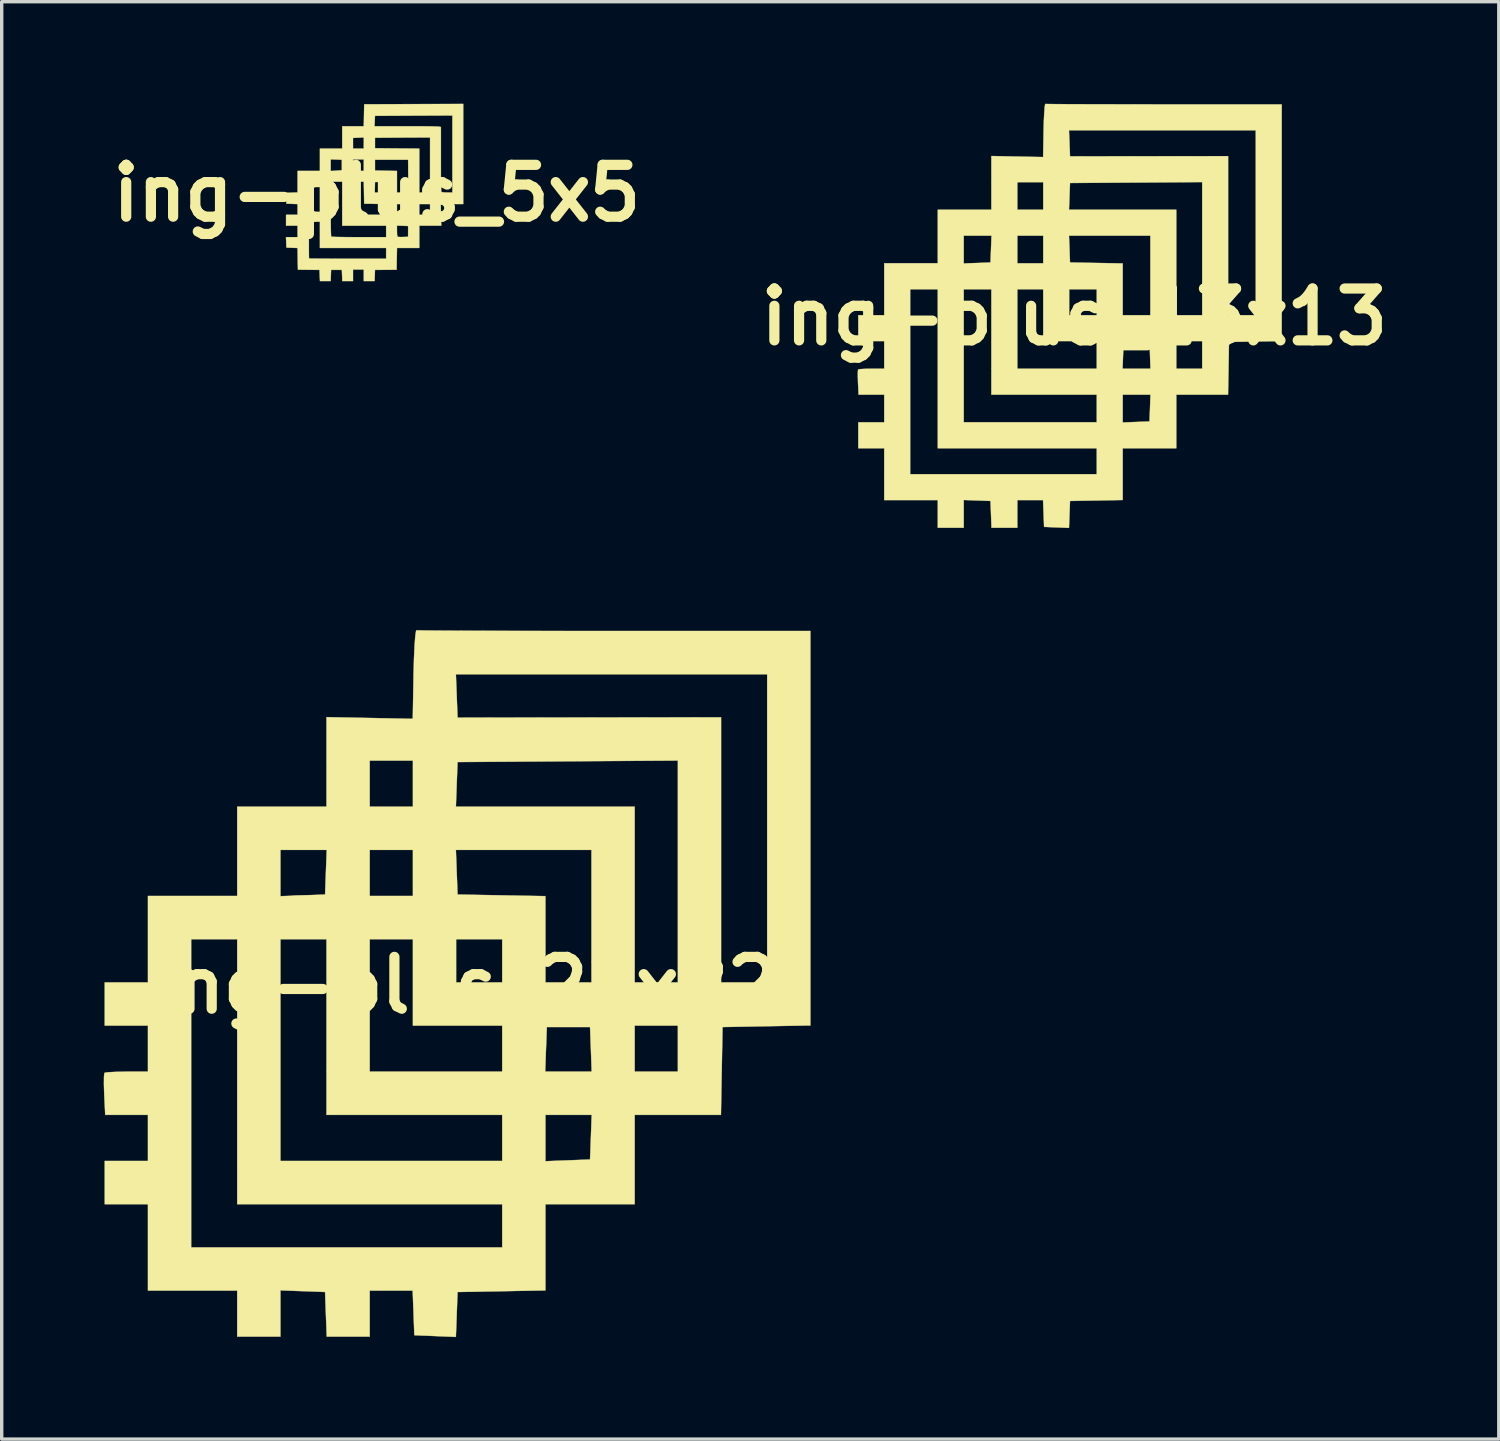
<source format=kicad_pcb>
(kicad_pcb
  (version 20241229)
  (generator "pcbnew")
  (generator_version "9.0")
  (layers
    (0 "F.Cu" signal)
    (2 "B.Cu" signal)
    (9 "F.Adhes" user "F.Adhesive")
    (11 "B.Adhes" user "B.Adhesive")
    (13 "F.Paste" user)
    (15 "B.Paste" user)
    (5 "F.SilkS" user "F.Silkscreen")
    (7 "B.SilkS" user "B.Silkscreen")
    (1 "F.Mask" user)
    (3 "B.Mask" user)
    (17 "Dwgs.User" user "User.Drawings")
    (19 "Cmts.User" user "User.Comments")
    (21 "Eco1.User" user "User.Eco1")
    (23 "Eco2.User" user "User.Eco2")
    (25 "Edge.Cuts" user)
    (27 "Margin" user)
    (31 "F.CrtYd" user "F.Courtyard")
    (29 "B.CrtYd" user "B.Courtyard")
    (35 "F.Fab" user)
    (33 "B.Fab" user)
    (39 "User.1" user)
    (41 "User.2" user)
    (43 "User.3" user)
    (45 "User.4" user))
  (footprint "ing-plus_22x22"
    (layer "F.Cu")
    (at 10.612 25.913)
    (property "Reference" "ing-plus_22x22" (at 0 0 0) (layer "F.SilkS") (effects (font (size 1.524 1.524) (thickness 0.3))))
    (attr through_hole)
    (fp_poly (pts (xy -1.325 -10.432) (xy -1.076 -10.428) (xy -0.686 -10.425) (xy -0.168 -10.422) (xy 0.463 -10.42) (xy 1.193 -10.418) (xy 2.01 -10.416) (xy 2.898 -10.415) (xy 3.844 -10.414) (xy 4.403 -10.414) (xy 10.16 -10.414) (xy 10.16 1.181) (xy 8.869 1.204) (xy 7.578 1.228) (xy 7.554 2.519) (xy 7.531 3.81) (xy 4.995 3.81) (xy 4.995 6.435) (xy 2.371 6.435) (xy 2.371 8.97) (xy -0.212 9.017) (xy -0.236 9.677) (xy -0.261 10.337) (xy -0.871 10.312) (xy -1.482 10.287) (xy -1.506 9.631) (xy -1.531 8.975) (xy -2.794 8.975) (xy -2.794 10.329) (xy -4.057 10.329) (xy -4.082 9.673) (xy -4.106 9.017) (xy -5.419 8.968) (xy -5.419 10.329) (xy -6.689 10.329) (xy -6.689 8.975) (xy -9.313 8.975) (xy -9.313 6.435) (xy -10.583 6.435) (xy -10.583 5.165) (xy -9.313 5.165) (xy -9.313 3.81) (xy -10.569 3.81) (xy -10.598 3.21) (xy -10.607 2.91) (xy -10.605 2.683) (xy -10.592 2.577) (xy -10.59 2.575) (xy -10.495 2.558) (xy -10.275 2.546) (xy -9.975 2.54) (xy -9.934 2.54) (xy -9.313 2.54) (xy -9.313 1.185) (xy -10.583 1.185) (xy -10.583 -0.085) (xy -9.313 -0.085) (xy -9.313 -1.355) (xy -8.043 -1.355) (xy -8.043 7.705) (xy 1.101 7.705) (xy 1.101 6.435) (xy -6.689 6.435) (xy -6.689 -1.355) (xy -5.419 -1.355) (xy -5.419 5.165) (xy 1.101 5.165) (xy 1.101 3.81) (xy 2.371 3.81) (xy 2.371 5.172) (xy 3.027 5.147) (xy 3.683 5.122) (xy 3.708 4.466) (xy 3.732 3.81) (xy 2.371 3.81) (xy 1.101 3.81) (xy -4.064 3.81) (xy -4.064 -1.355) (xy -2.794 -1.355) (xy -2.794 2.54) (xy 1.101 2.54) (xy 2.364 2.54) (xy 3.732 2.54) (xy 3.708 1.884) (xy 3.683 1.228) (xy 2.413 1.228) (xy 2.388 1.884) (xy 2.364 2.54) (xy 1.101 2.54) (xy 1.101 1.185) (xy 4.995 1.185) (xy 4.995 2.54) (xy 6.265 2.54) (xy 6.265 1.185) (xy 4.995 1.185) (xy 1.101 1.185) (xy -1.524 1.185) (xy -1.524 -1.355) (xy -0.254 -1.355) (xy -0.254 -0.085) (xy 1.101 -0.085) (xy 1.101 -1.355) (xy -0.254 -1.355) (xy -1.524 -1.355) (xy -2.794 -1.355) (xy -4.064 -1.355) (xy -5.419 -1.355) (xy -6.689 -1.355) (xy -8.043 -1.355) (xy -9.313 -1.355) (xy -9.313 -2.625) (xy -6.689 -2.625) (xy -6.689 -3.979) (xy -5.419 -3.979) (xy -5.419 -2.618) (xy -4.106 -2.667) (xy -4.082 -3.323) (xy -4.057 -3.979) (xy -2.794 -3.979) (xy -2.794 -2.625) (xy -1.524 -2.625) (xy -1.524 -3.979) (xy -0.261 -3.979) (xy -0.236 -3.323) (xy -0.212 -2.667) (xy 2.371 -2.62) (xy 2.371 -0.085) (xy 3.725 -0.085) (xy 3.725 -3.979) (xy -0.261 -3.979) (xy -1.524 -3.979) (xy -2.794 -3.979) (xy -4.057 -3.979) (xy -5.419 -3.979) (xy -6.689 -3.979) (xy -6.689 -5.249) (xy -4.064 -5.249) (xy -4.064 -6.604) (xy -2.794 -6.604) (xy -2.794 -5.249) (xy -1.524 -5.249) (xy -0.261 -5.249) (xy 4.995 -5.249) (xy 4.995 -0.085) (xy 6.265 -0.085) (xy 6.265 -6.606) (xy 3.027 -6.584) (xy -0.212 -6.562) (xy -0.261 -5.249) (xy -1.524 -5.249) (xy -1.524 -6.604) (xy -2.794 -6.604) (xy -4.064 -6.604) (xy -4.064 -7.882) (xy -2.796 -7.857) (xy -1.528 -7.832) (xy -1.505 -9.144) (xy -0.261 -9.144) (xy -0.236 -8.505) (xy -0.212 -7.867) (xy 7.535 -7.877) (xy 7.535 -0.085) (xy 8.89 -0.085) (xy 8.89 -9.144) (xy -0.261 -9.144) (xy -1.505 -9.144) (xy -1.493 -9.592) (xy -1.476 -9.971) (xy -1.455 -10.254) (xy -1.432 -10.412) (xy -1.418 -10.435) (xy -1.325 -10.432)) (stroke (width 0.01) (type solid)) (fill yes) (layer "F.SilkS")))
  (footprint "ing-plus_5x5"
    (layer "F.Cu")
    (at 8.026 2.63)
    (property "Reference" "ing-plus_5x5" (at 0 0 0) (layer "F.SilkS") (effects (font (size 1.524 1.524) (thickness 0.3))))
    (attr through_hole)
    (fp_poly (pts (xy 2.54 0.318) (xy 1.88 0.318) (xy 1.887 0.635) (xy 1.894 0.953) (xy 1.249 0.953) (xy 1.249 1.609) (xy 0.594 1.609) (xy 0.582 2.249) (xy 0.265 2.252) (xy -0.053 2.254) (xy -0.055 2.307) (xy -0.057 2.359) (xy -0.059 2.432) (xy -0.061 2.471) (xy -0.064 2.582) (xy -0.381 2.582) (xy -0.381 2.244) (xy -0.699 2.244) (xy -0.699 2.582) (xy -1.014 2.582) (xy -1.02 2.418) (xy -1.027 2.254) (xy -1.344 2.254) (xy -1.35 2.418) (xy -1.356 2.582) (xy -1.67 2.582) (xy -1.677 2.418) (xy -1.683 2.254) (xy -2 2.251) (xy -2.318 2.247) (xy -2.324 1.929) (xy -2.329 1.61) (xy -2.493 1.604) (xy -2.656 1.598) (xy -2.665 1.384) (xy -1.996 1.384) (xy -1.996 1.547) (xy -1.996 1.685) (xy -1.995 1.795) (xy -1.994 1.872) (xy -1.992 1.912) (xy -1.991 1.917) (xy -1.969 1.919) (xy -1.909 1.921) (xy -1.813 1.922) (xy -1.688 1.923) (xy -1.535 1.924) (xy -1.36 1.925) (xy -1.166 1.926) (xy -0.958 1.926) (xy -0.854 1.926) (xy 0.275 1.926) (xy 0.275 1.609) (xy -1.672 1.609) (xy -1.672 -0.339) (xy -1.355 -0.339) (xy -1.355 0.462) (xy -1.354 0.642) (xy -1.353 0.809) (xy -1.352 0.958) (xy -1.35 1.083) (xy -1.347 1.181) (xy -1.344 1.247) (xy -1.341 1.276) (xy -1.341 1.277) (xy -1.317 1.28) (xy -1.256 1.283) (xy -1.161 1.286) (xy -1.039 1.288) (xy -0.893 1.29) (xy -0.729 1.291) (xy -0.55 1.291) (xy -0.526 1.291) (xy 0.275 1.291) (xy 0.275 1.107) (xy 0.593 1.107) (xy 0.595 1.185) (xy 0.6 1.245) (xy 0.607 1.277) (xy 0.608 1.278) (xy 0.635 1.284) (xy 0.692 1.288) (xy 0.767 1.287) (xy 0.772 1.287) (xy 0.921 1.281) (xy 0.921 0.963) (xy 0.757 0.957) (xy 0.593 0.951) (xy 0.593 1.107) (xy 0.275 1.107) (xy 0.275 0.953) (xy -1.016 0.953) (xy -1.016 -0.339) (xy -0.699 -0.339) (xy -0.699 0.635) (xy 0.275 0.635) (xy 0.275 0.319) (xy 0.214 0.318) (xy 0.593 0.318) (xy 0.593 0.637) (xy 0.757 0.631) (xy 0.921 0.624) (xy 0.927 0.471) (xy 0.933 0.318) (xy 1.249 0.318) (xy 1.249 0.635) (xy 1.566 0.635) (xy 1.566 0.318) (xy 1.249 0.318) (xy 0.933 0.318) (xy 0.593 0.318) (xy 0.214 0.318) (xy -0.048 0.313) (xy -0.37 0.307) (xy -0.376 -0.021) (xy -0.06 -0.021) (xy 0.275 -0.021) (xy 0.275 -0.34) (xy 0.111 -0.334) (xy -0.053 -0.328) (xy -0.056 -0.175) (xy -0.06 -0.021) (xy -0.376 -0.021) (xy -0.382 -0.339) (xy -0.699 -0.339) (xy -1.016 -0.339) (xy -1.355 -0.339) (xy -1.672 -0.339) (xy -1.989 -0.339) (xy -1.995 0.785) (xy -1.996 0.999) (xy -1.996 1.2) (xy -1.996 1.384) (xy -2.665 1.384) (xy -2.669 1.291) (xy -2.328 1.291) (xy -2.328 0.953) (xy -2.667 0.953) (xy -2.667 0.635) (xy -2.328 0.635) (xy -2.328 0.319) (xy -2.656 0.307) (xy -2.656 -0.011) (xy -2.492 -0.017) (xy -2.328 -0.023) (xy -2.328 -0.654) (xy -1.355 -0.654) (xy -1.027 -0.667) (xy -1.027 -0.984) (xy -1.307 -0.995) (xy -0.699 -0.995) (xy -0.699 -0.656) (xy -0.381 -0.656) (xy -0.381 -0.984) (xy -0.053 -0.984) (xy -0.053 -0.667) (xy 0.593 -0.655) (xy 0.593 -0.021) (xy 0.932 -0.021) (xy 0.926 -0.503) (xy 0.921 -0.984) (xy -0.053 -0.984) (xy -0.381 -0.984) (xy -0.381 -0.995) (xy -0.699 -0.995) (xy -1.307 -0.995) (xy -1.355 -0.997) (xy -1.355 -0.654) (xy -2.328 -0.654) (xy -2.328 -0.656) (xy -1.672 -0.656) (xy -1.672 -1.312) (xy -1.016 -1.312) (xy -1.016 -1.626) (xy -0.699 -1.626) (xy -0.699 -1.312) (xy -0.381 -1.312) (xy -0.381 -1.631) (xy -0.053 -1.631) (xy -0.053 -1.323) (xy 0.598 -1.317) (xy 1.249 -1.312) (xy 1.249 -0.021) (xy 1.566 -0.021) (xy 1.566 -0.831) (xy 1.566 -1.64) (xy 0.757 -1.636) (xy -0.053 -1.631) (xy -0.381 -1.631) (xy -0.381 -1.64) (xy -0.699 -1.626) (xy -1.016 -1.626) (xy -1.016 -1.968) (xy -0.382 -1.968) (xy -0.067 -1.968) (xy 0.908 -1.968) (xy 1.147 -1.968) (xy 1.345 -1.968) (xy 1.508 -1.966) (xy 1.637 -1.964) (xy 1.735 -1.961) (xy 1.806 -1.958) (xy 1.853 -1.953) (xy 1.878 -1.948) (xy 1.884 -1.942) (xy 1.885 -1.916) (xy 1.885 -1.852) (xy 1.885 -1.754) (xy 1.885 -1.628) (xy 1.885 -1.477) (xy 1.885 -1.306) (xy 1.885 -1.119) (xy 1.885 -0.987) (xy 1.885 -0.793) (xy 1.885 -0.611) (xy 1.886 -0.447) (xy 1.888 -0.305) (xy 1.89 -0.189) (xy 1.892 -0.103) (xy 1.894 -0.052) (xy 1.896 -0.04) (xy 1.921 -0.031) (xy 1.977 -0.024) (xy 2.053 -0.021) (xy 2.065 -0.021) (xy 2.223 -0.021) (xy 2.223 -2.286) (xy 1.085 -2.281) (xy -0.053 -2.275) (xy -0.06 -2.122) (xy -0.067 -1.968) (xy -0.382 -1.968) (xy -0.376 -2.291) (xy -0.37 -2.614) (xy 1.085 -2.62) (xy 2.54 -2.625) (xy 2.54 0.318)) (stroke (width 0.01) (type solid)) (fill yes) (layer "F.SilkS")))
  (footprint "ing-plus_13x13"
    (layer "F.Cu")
    (at 28.531 6.266)
    (property "Reference" "ing-plus_13x13" (at 0 0 0) (layer "F.SilkS") (effects (font (size 1.524 1.524) (thickness 0.3))))
    (attr through_hole)
    (fp_poly (pts (xy -0.795 -6.259) (xy -0.646 -6.257) (xy -0.412 -6.255) (xy -0.101 -6.253) (xy 0.278 -6.252) (xy 0.716 -6.251) (xy 1.206 -6.25) (xy 1.739 -6.249) (xy 2.306 -6.248) (xy 2.642 -6.248) (xy 6.096 -6.248) (xy 6.096 0.709) (xy 5.321 0.723) (xy 4.547 0.737) (xy 4.533 1.511) (xy 4.519 2.286) (xy 2.997 2.286) (xy 2.997 3.861) (xy 1.422 3.861) (xy 1.422 5.382) (xy 0.648 5.396) (xy -0.127 5.41) (xy -0.142 5.806) (xy -0.157 6.202) (xy -0.523 6.187) (xy -0.889 6.172) (xy -0.919 5.385) (xy -1.676 5.385) (xy -1.676 6.198) (xy -2.434 6.198) (xy -2.449 5.804) (xy -2.464 5.41) (xy -3.251 5.381) (xy -3.251 6.198) (xy -4.013 6.198) (xy -4.013 5.385) (xy -5.588 5.385) (xy -5.588 3.861) (xy -6.35 3.861) (xy -6.35 3.099) (xy -5.588 3.099) (xy -5.588 2.286) (xy -6.342 2.286) (xy -6.359 1.926) (xy -6.364 1.746) (xy -6.363 1.61) (xy -6.355 1.546) (xy -6.354 1.545) (xy -6.297 1.535) (xy -6.165 1.527) (xy -5.985 1.524) (xy -5.961 1.524) (xy -5.588 1.524) (xy -5.588 0.711) (xy -6.35 0.711) (xy -6.35 -0.051) (xy -5.588 -0.051) (xy -5.588 -0.813) (xy -4.826 -0.813) (xy -4.826 4.623) (xy 0.66 4.623) (xy 0.66 3.861) (xy -4.013 3.861) (xy -4.013 -0.813) (xy -3.251 -0.813) (xy -3.251 3.099) (xy 0.66 3.099) (xy 0.66 2.286) (xy 1.422 2.286) (xy 1.422 3.103) (xy 1.816 3.088) (xy 2.21 3.073) (xy 2.225 2.68) (xy 2.239 2.286) (xy 1.422 2.286) (xy 0.66 2.286) (xy -2.438 2.286) (xy -2.438 -0.813) (xy -1.676 -0.813) (xy -1.676 1.524) (xy 0.66 1.524) (xy 1.418 1.524) (xy 2.239 1.524) (xy 2.225 1.13) (xy 2.21 0.737) (xy 1.448 0.737) (xy 1.418 1.524) (xy 0.66 1.524) (xy 0.66 0.711) (xy 2.997 0.711) (xy 2.997 1.524) (xy 3.759 1.524) (xy 3.759 0.711) (xy 2.997 0.711) (xy 0.66 0.711) (xy -0.914 0.711) (xy -0.914 -0.813) (xy -0.152 -0.813) (xy -0.152 -0.051) (xy 0.66 -0.051) (xy 0.66 -0.813) (xy -0.152 -0.813) (xy -0.914 -0.813) (xy -1.676 -0.813) (xy -2.438 -0.813) (xy -3.251 -0.813) (xy -4.013 -0.813) (xy -4.826 -0.813) (xy -5.588 -0.813) (xy -5.588 -1.575) (xy -4.013 -1.575) (xy -4.013 -2.388) (xy -3.251 -2.388) (xy -3.251 -1.571) (xy -2.857 -1.585) (xy -2.464 -1.6) (xy -2.449 -1.994) (xy -2.434 -2.388) (xy -1.676 -2.388) (xy -1.676 -1.575) (xy -0.914 -1.575) (xy -0.914 -2.388) (xy -0.157 -2.388) (xy -0.127 -1.6) (xy 1.422 -1.572) (xy 1.422 -0.051) (xy 2.235 -0.051) (xy 2.235 -2.388) (xy -0.157 -2.388) (xy -0.914 -2.388) (xy -1.676 -2.388) (xy -2.434 -2.388) (xy -3.251 -2.388) (xy -4.013 -2.388) (xy -4.013 -3.15) (xy -2.438 -3.15) (xy -2.438 -3.962) (xy -1.676 -3.962) (xy -1.676 -3.15) (xy -0.914 -3.15) (xy -0.157 -3.15) (xy 2.997 -3.15) (xy 2.997 -0.051) (xy 3.759 -0.051) (xy 3.759 -3.964) (xy -0.127 -3.937) (xy -0.157 -3.15) (xy -0.914 -3.15) (xy -0.914 -3.962) (xy -1.676 -3.962) (xy -2.438 -3.962) (xy -2.438 -4.729) (xy -1.678 -4.714) (xy -0.917 -4.699) (xy -0.903 -5.486) (xy -0.157 -5.486) (xy -0.127 -4.72) (xy 2.197 -4.723) (xy 4.521 -4.726) (xy 4.521 -0.051) (xy 5.334 -0.051) (xy 5.334 -5.486) (xy -0.157 -5.486) (xy -0.903 -5.486) (xy -0.896 -5.755) (xy -0.885 -5.983) (xy -0.873 -6.152) (xy -0.859 -6.247) (xy -0.851 -6.261) (xy -0.795 -6.259)) (stroke (width 0.01) (type solid)) (fill yes) (layer "F.SilkS")))
  (gr_rect
    (start -3 -3)
    (end 41.009 39.255)
    (stroke (width 0.1) (type default))
    (fill no)
    (layer "Edge.Cuts")))
</source>
